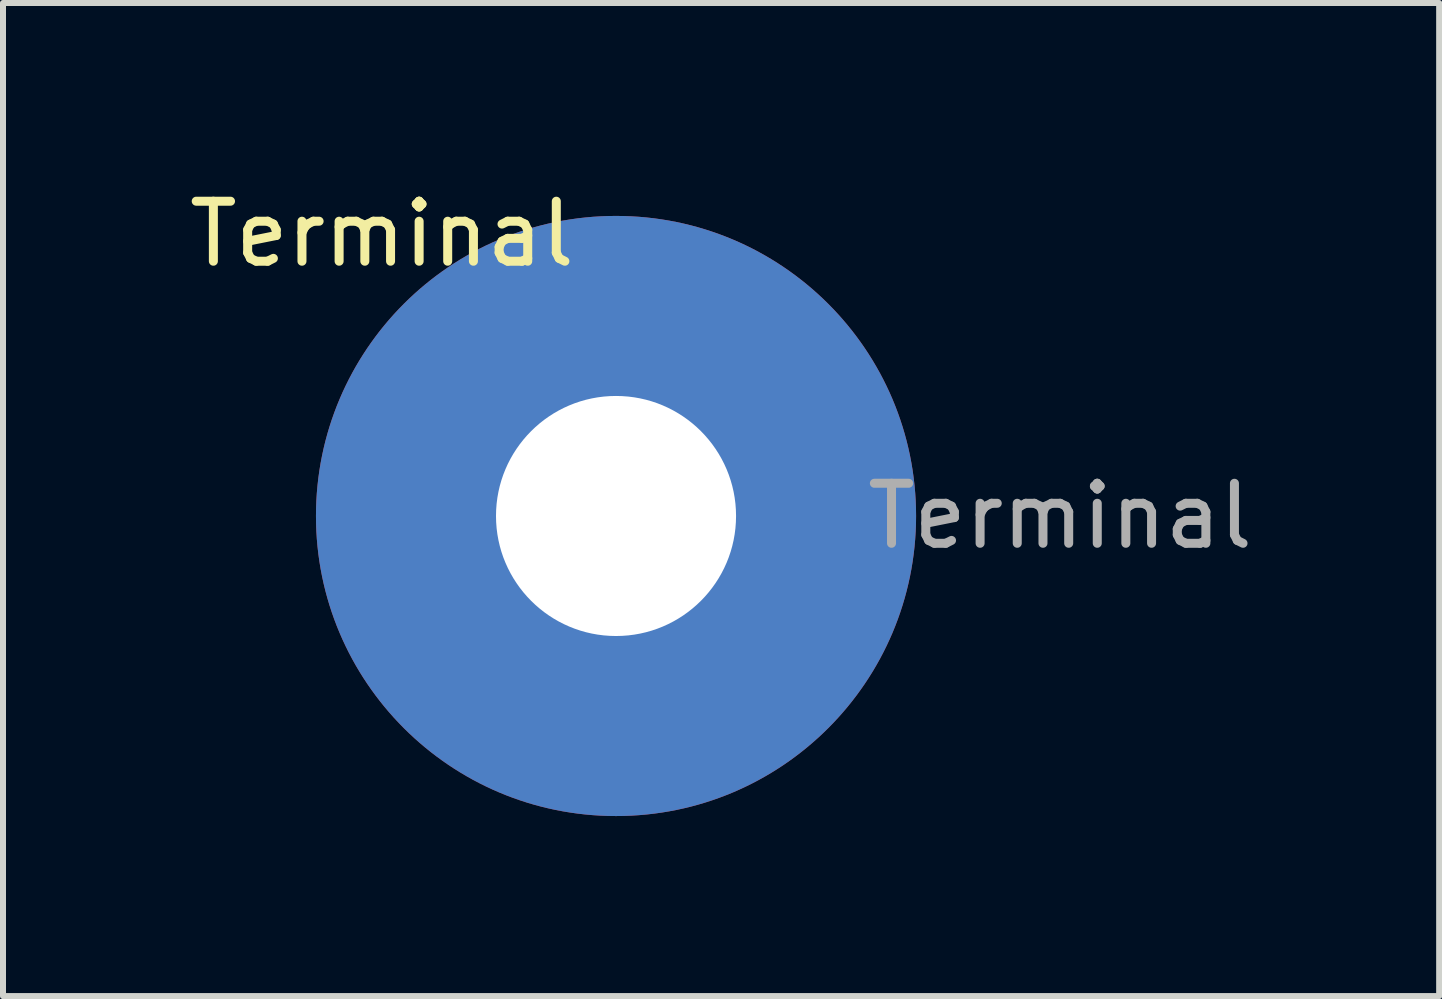
<source format=kicad_pcb>
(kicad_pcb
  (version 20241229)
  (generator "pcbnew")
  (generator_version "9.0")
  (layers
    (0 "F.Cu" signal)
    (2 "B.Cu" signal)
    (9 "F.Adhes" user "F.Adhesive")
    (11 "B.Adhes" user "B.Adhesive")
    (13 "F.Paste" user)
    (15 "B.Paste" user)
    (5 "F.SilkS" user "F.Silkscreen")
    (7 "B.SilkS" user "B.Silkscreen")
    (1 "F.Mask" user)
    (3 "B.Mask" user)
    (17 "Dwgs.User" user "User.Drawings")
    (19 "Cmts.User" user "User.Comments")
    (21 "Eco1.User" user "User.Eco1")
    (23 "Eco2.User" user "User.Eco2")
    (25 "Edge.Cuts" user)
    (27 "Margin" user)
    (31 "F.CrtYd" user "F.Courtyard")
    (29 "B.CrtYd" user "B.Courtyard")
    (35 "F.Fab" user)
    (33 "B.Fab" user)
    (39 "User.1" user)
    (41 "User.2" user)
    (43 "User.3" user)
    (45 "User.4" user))
  (footprint "Terminal"
    (layer "F.Cu")
    (at 7.215 5.548)
    (property "Reference" "Terminal" (at -3.9 -4.7 0) (unlocked yes) (layer "F.SilkS") (effects (font (size 1 1) (thickness 0.15))))
    (attr smd)
    (fp_text user "${REFERENCE}" (at 7.4 0 0) (unlocked yes) (layer "F.Fab") (effects (font (size 1 1) (thickness 0.15))))
    (pad "1" thru_hole circle (at 0 0) (size 10 10) (drill 4) (layers "*.Cu" "*.Mask")))
  (gr_rect
    (start -3 -3)
    (end 20.931 13.548)
    (stroke (width 0.1) (type default))
    (fill no)
    (layer "Edge.Cuts")))
</source>
